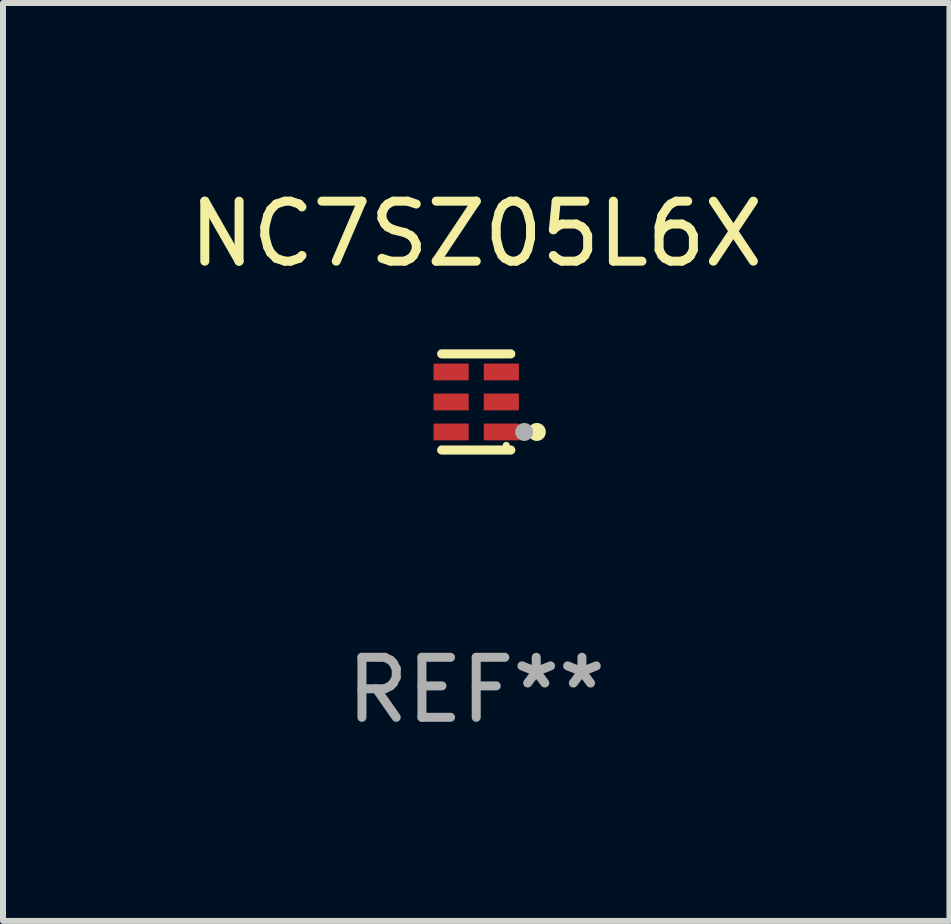
<source format=kicad_pcb>
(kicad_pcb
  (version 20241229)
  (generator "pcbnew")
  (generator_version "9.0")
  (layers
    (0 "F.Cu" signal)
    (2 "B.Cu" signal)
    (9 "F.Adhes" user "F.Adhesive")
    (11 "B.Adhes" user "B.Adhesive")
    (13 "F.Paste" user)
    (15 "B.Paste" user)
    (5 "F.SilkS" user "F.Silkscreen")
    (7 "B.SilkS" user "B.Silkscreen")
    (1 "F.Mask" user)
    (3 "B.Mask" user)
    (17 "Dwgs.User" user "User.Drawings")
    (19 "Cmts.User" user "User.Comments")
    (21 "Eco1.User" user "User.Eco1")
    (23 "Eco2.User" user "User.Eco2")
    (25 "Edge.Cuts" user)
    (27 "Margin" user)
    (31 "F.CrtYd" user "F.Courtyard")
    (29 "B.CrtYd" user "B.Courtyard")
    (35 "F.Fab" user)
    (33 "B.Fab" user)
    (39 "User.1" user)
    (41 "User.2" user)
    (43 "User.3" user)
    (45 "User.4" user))
  (footprint "NC7SZ05L6X"
    (layer "F.Cu")
    (at 4.887 3.649)
    (property "Reference" "NC7SZ05L6X" (at 0 -2.801 0) (layer "F.SilkS") (effects (font (size 1 1) (thickness 0.15))))
    (attr through_hole)
    (fp_line (start 0.576 -0.801) (end -0.576 -0.801) (stroke (width 0.152) (type solid)) (layer "F.SilkS"))
    (fp_line (start 0.576 0.801) (end -0.576 0.801) (stroke (width 0.152) (type solid)) (layer "F.SilkS"))
    (fp_circle (center 0.5 0.725) (end 0.53 0.725) (stroke (width 0.06) (type solid)) (fill no) (layer "F.SilkS"))
    (fp_circle (center 1.01 0.5) (end 1.085 0.5) (stroke (width 0.15) (type solid)) (fill no) (layer "F.SilkS"))
    (fp_circle (center 0.8 0.5) (end 0.875 0.5) (stroke (width 0.15) (type solid)) (fill no) (layer "F.Fab"))
    (fp_text user "REF**" (at 0 4.801 0) (layer "F.Fab") (effects (font (size 1 1) (thickness 0.15))))
    (pad "1" smd rect (at 0.418 0.5 90) (size 0.28 0.585) (layers "F.Cu" "F.Mask" "F.Paste"))
    (pad "2" smd rect (at 0.418 0 90) (size 0.28 0.585) (layers "F.Cu" "F.Mask" "F.Paste"))
    (pad "3" smd rect (at 0.418 -0.5 90) (size 0.28 0.585) (layers "F.Cu" "F.Mask" "F.Paste"))
    (pad "4" smd rect (at -0.418 -0.5 90) (size 0.28 0.585) (layers "F.Cu" "F.Mask" "F.Paste"))
    (pad "5" smd rect (at -0.418 0 90) (size 0.28 0.585) (layers "F.Cu" "F.Mask" "F.Paste"))
    (pad "6" smd rect (at -0.418 0.5 90) (size 0.28 0.585) (layers "F.Cu" "F.Mask" "F.Paste")))
  (gr_rect
    (start -3 -3)
    (end 12.774 12.299)
    (stroke (width 0.1) (type default))
    (fill no)
    (layer "Edge.Cuts")))
</source>
